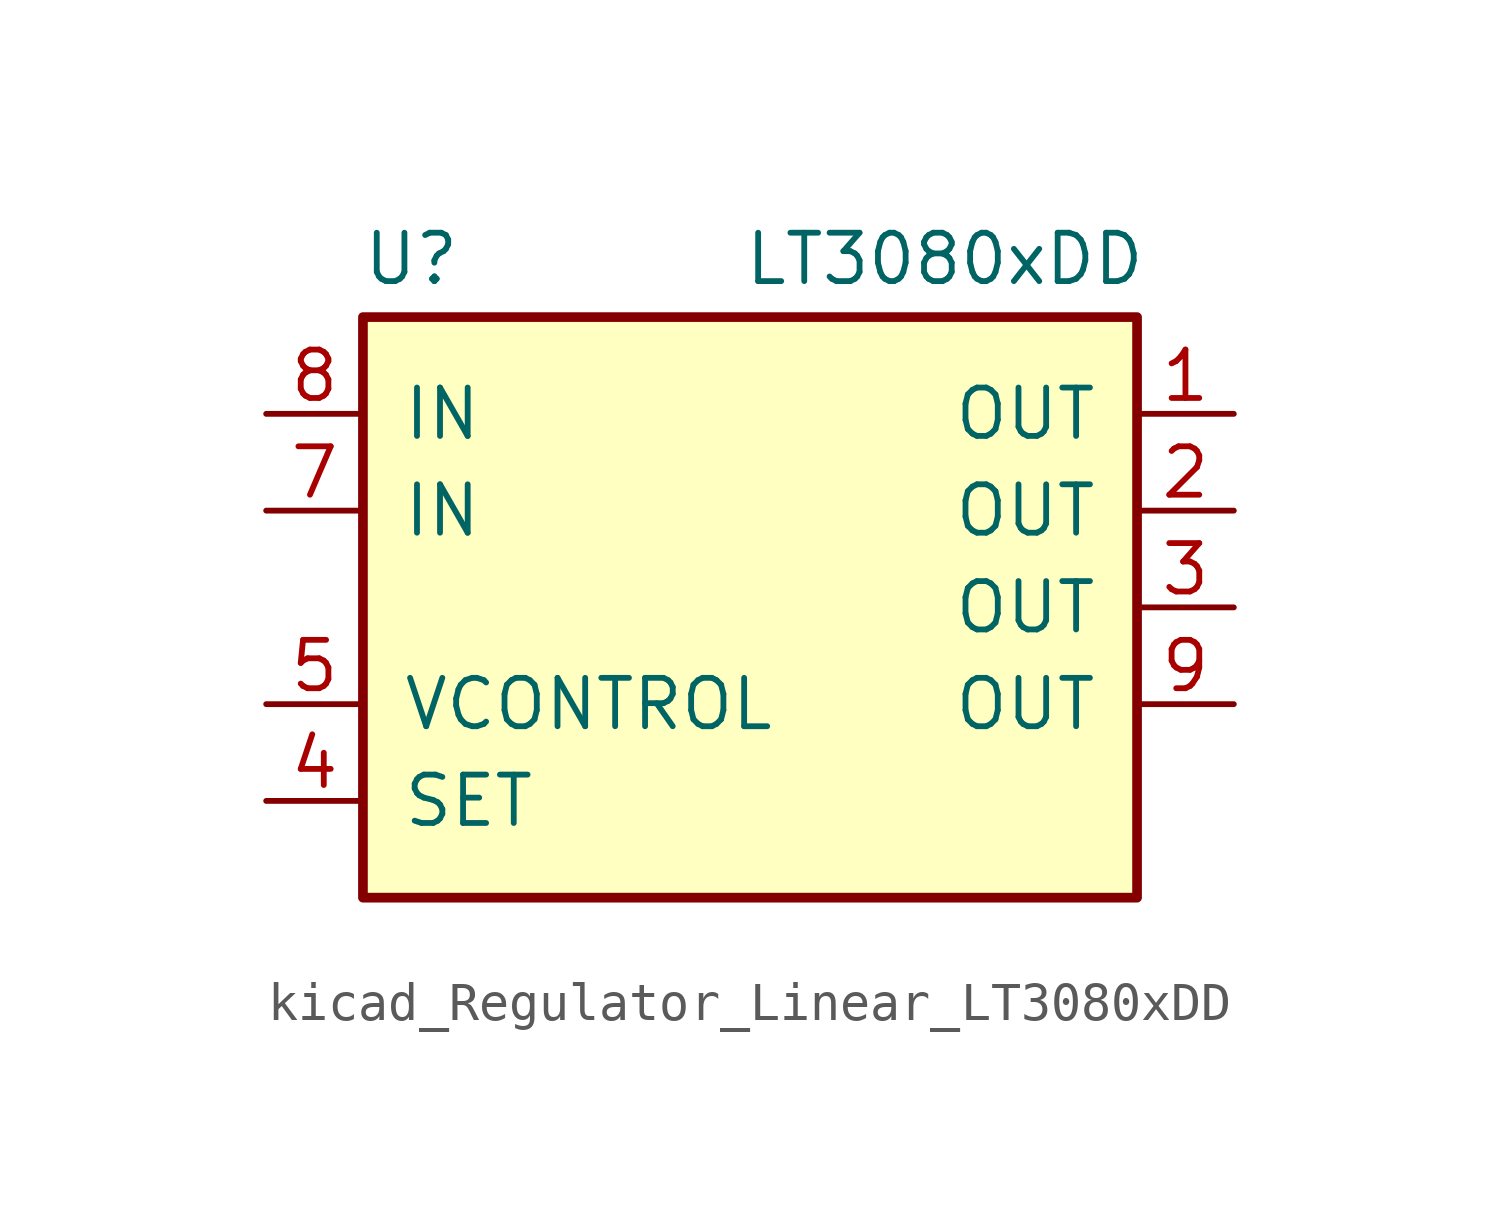
<source format=kicad_sym>
(kicad_symbol_lib
  (version 20220914)
  (generator kicad_symbol_editor)
  (symbol "kicad_Regulator_Linear_LT3080xDD"
    (pin_names
      (offset 1.016))
    (property "Reference" "U"
      (at -8.89 9.144 0)
      (effects (font (size 1.27 1.27))))
    (property "Value" "LT3080xDD"
      (at 10.414 9.144 0)
      (effects (font (size 1.27 1.27)) (justify right)))
    (symbol "kicad_Regulator_Linear_LT3080xDD_0_1"
      (rectangle (start -10.16 7.62) (end 10.16 -7.62) (stroke (width 0.254) (type default)) (fill (type background))))
    (symbol "kicad_Regulator_Linear_LT3080xDD_1_1"
      (pin power_out line (at 12.7 5.08 180) (length 2.54) (name "OUT" (effects (font (size 1.27 1.27)))) (number "1" (effects (font (size 1.27 1.27)))))
      (pin power_out line (at 12.7 2.54 180) (length 2.54) (name "OUT" (effects (font (size 1.27 1.27)))) (number "2" (effects (font (size 1.27 1.27)))))
      (pin power_out line (at 12.7 0 180) (length 2.54) (name "OUT" (effects (font (size 1.27 1.27)))) (number "3" (effects (font (size 1.27 1.27)))))
      (pin input line (at -12.7 -5.08 0) (length 2.54) (name "SET" (effects (font (size 1.27 1.27)))) (number "4" (effects (font (size 1.27 1.27)))))
      (pin input line (at -12.7 -2.54 0) (length 2.54) (name "VCONTROL" (effects (font (size 1.27 1.27)))) (number "5" (effects (font (size 1.27 1.27)))))
      (pin no_connect line (at -10.16 0 0) (length 2.54) hide (name "NC" (effects (font (size 1.27 1.27)))) (number "6" (effects (font (size 1.27 1.27)))))
      (pin power_in line (at -12.7 2.54 0) (length 2.54) (name "IN" (effects (font (size 1.27 1.27)))) (number "7" (effects (font (size 1.27 1.27)))))
      (pin power_in line (at -12.7 5.08 0) (length 2.54) (name "IN" (effects (font (size 1.27 1.27)))) (number "8" (effects (font (size 1.27 1.27)))))
      (pin power_out line (at 12.7 -2.54 180) (length 2.54) (name "OUT" (effects (font (size 1.27 1.27)))) (number "9" (effects (font (size 1.27 1.27))))))))
</source>
